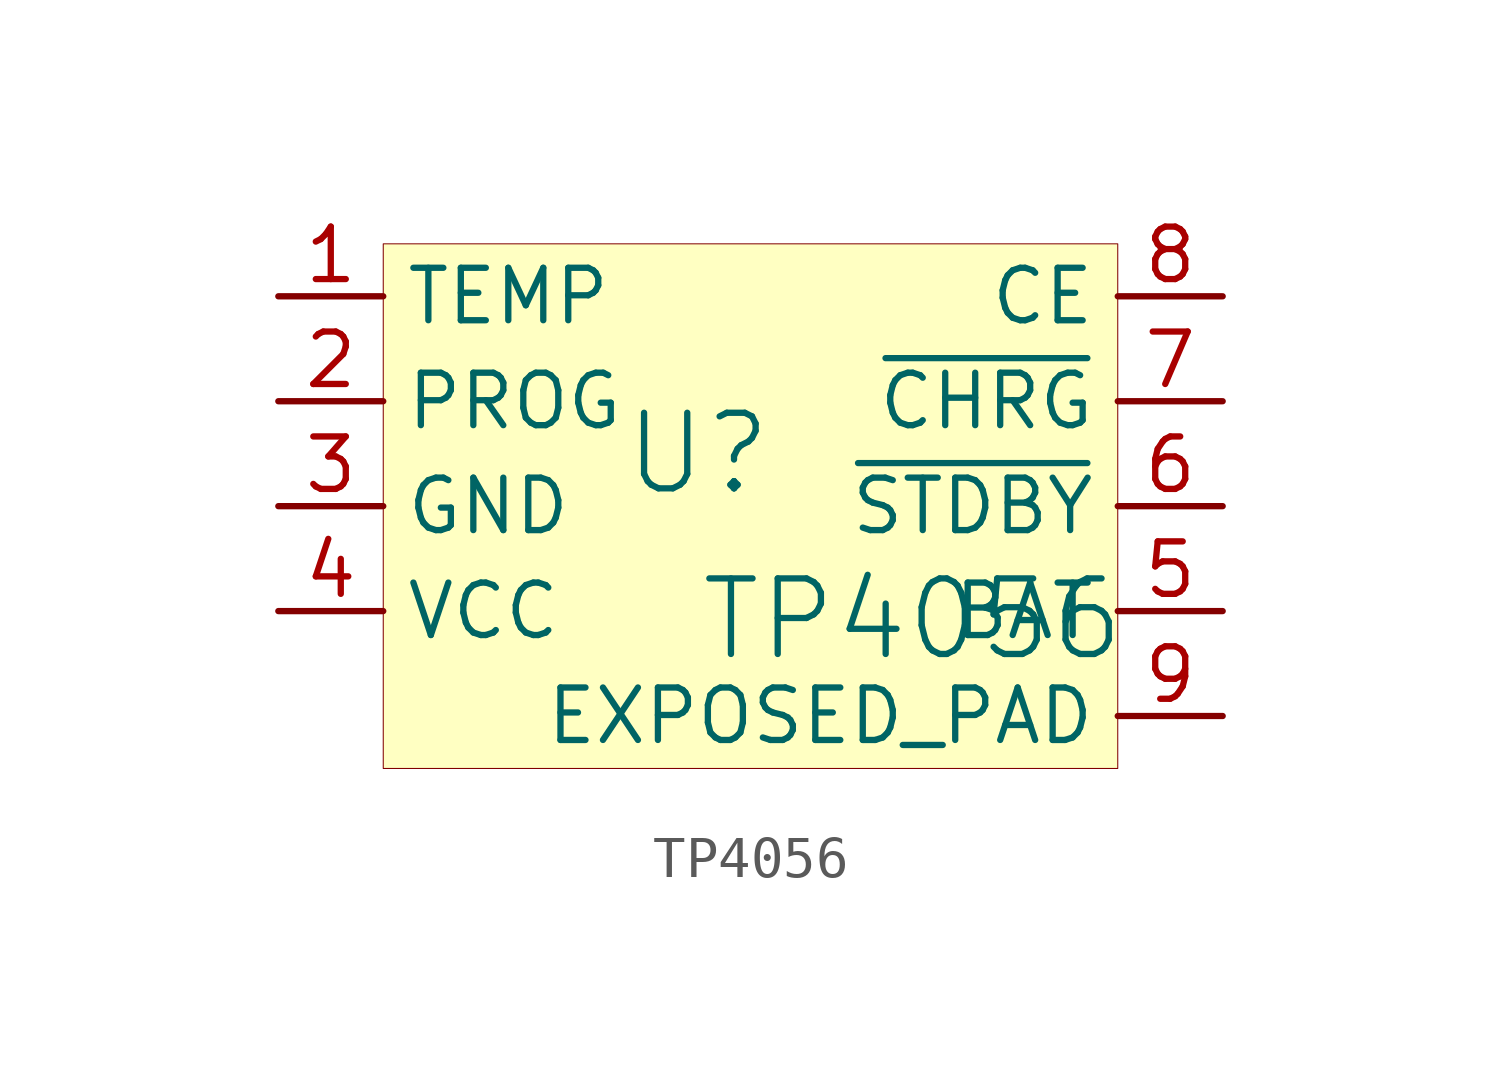
<source format=kicad_sym>
(kicad_symbol_lib
  (version 20241209)
  (generator "kicad_symbol_editor")
  (generator_version "9.0")
  (symbol "TP4056"
    (property "Reference" "U"
      (at -1.27 1.27 0)
      (effects (font (size 1.829 1.829))))
    (property "Value" "TP4056"
      (at -1.27 -3.81 0)
      (effects (font (size 1.829 1.829)) (justify left bottom)))
    (symbol "TP4056_1_0"
      (rectangle (start 8.89 6.35) (end -8.89 -6.35) (stroke (width 0.025) (type solid) (color 128 0 0 1)) (fill (type background)))
      (pin passive line (at -11.43 5.08 0) (length 2.54) (name "TEMP" (effects (font (size 1.27 1.27)))) (number "1" (effects (font (size 1.27 1.27)))))
      (pin passive line (at -11.43 2.54 0) (length 2.54) (name "PROG" (effects (font (size 1.27 1.27)))) (number "2" (effects (font (size 1.27 1.27)))))
      (pin passive line (at -11.43 0 0) (length 2.54) (name "GND" (effects (font (size 1.27 1.27)))) (number "3" (effects (font (size 1.27 1.27)))))
      (pin passive line (at -11.43 -2.54 0) (length 2.54) (name "VCC" (effects (font (size 1.27 1.27)))) (number "4" (effects (font (size 1.27 1.27)))))
      (pin passive line (at 11.43 5.08 180) (length 2.54) (name "CE" (effects (font (size 1.27 1.27)))) (number "8" (effects (font (size 1.27 1.27)))))
      (pin passive line (at 11.43 2.54 180) (length 2.54) (name "~{CHRG}" (effects (font (size 1.27 1.27)))) (number "7" (effects (font (size 1.27 1.27)))))
      (pin passive line (at 11.43 0 180) (length 2.54) (name "~{STDBY}" (effects (font (size 1.27 1.27)))) (number "6" (effects (font (size 1.27 1.27)))))
      (pin passive line (at 11.43 -2.54 180) (length 2.54) (name "BAT" (effects (font (size 1.27 1.27)))) (number "5" (effects (font (size 1.27 1.27)))))
      (pin passive line (at 11.43 -5.08 180) (length 2.54) (name "EXPOSED_PAD" (effects (font (size 1.27 1.27)))) (number "9" (effects (font (size 1.27 1.27))))))))
</source>
